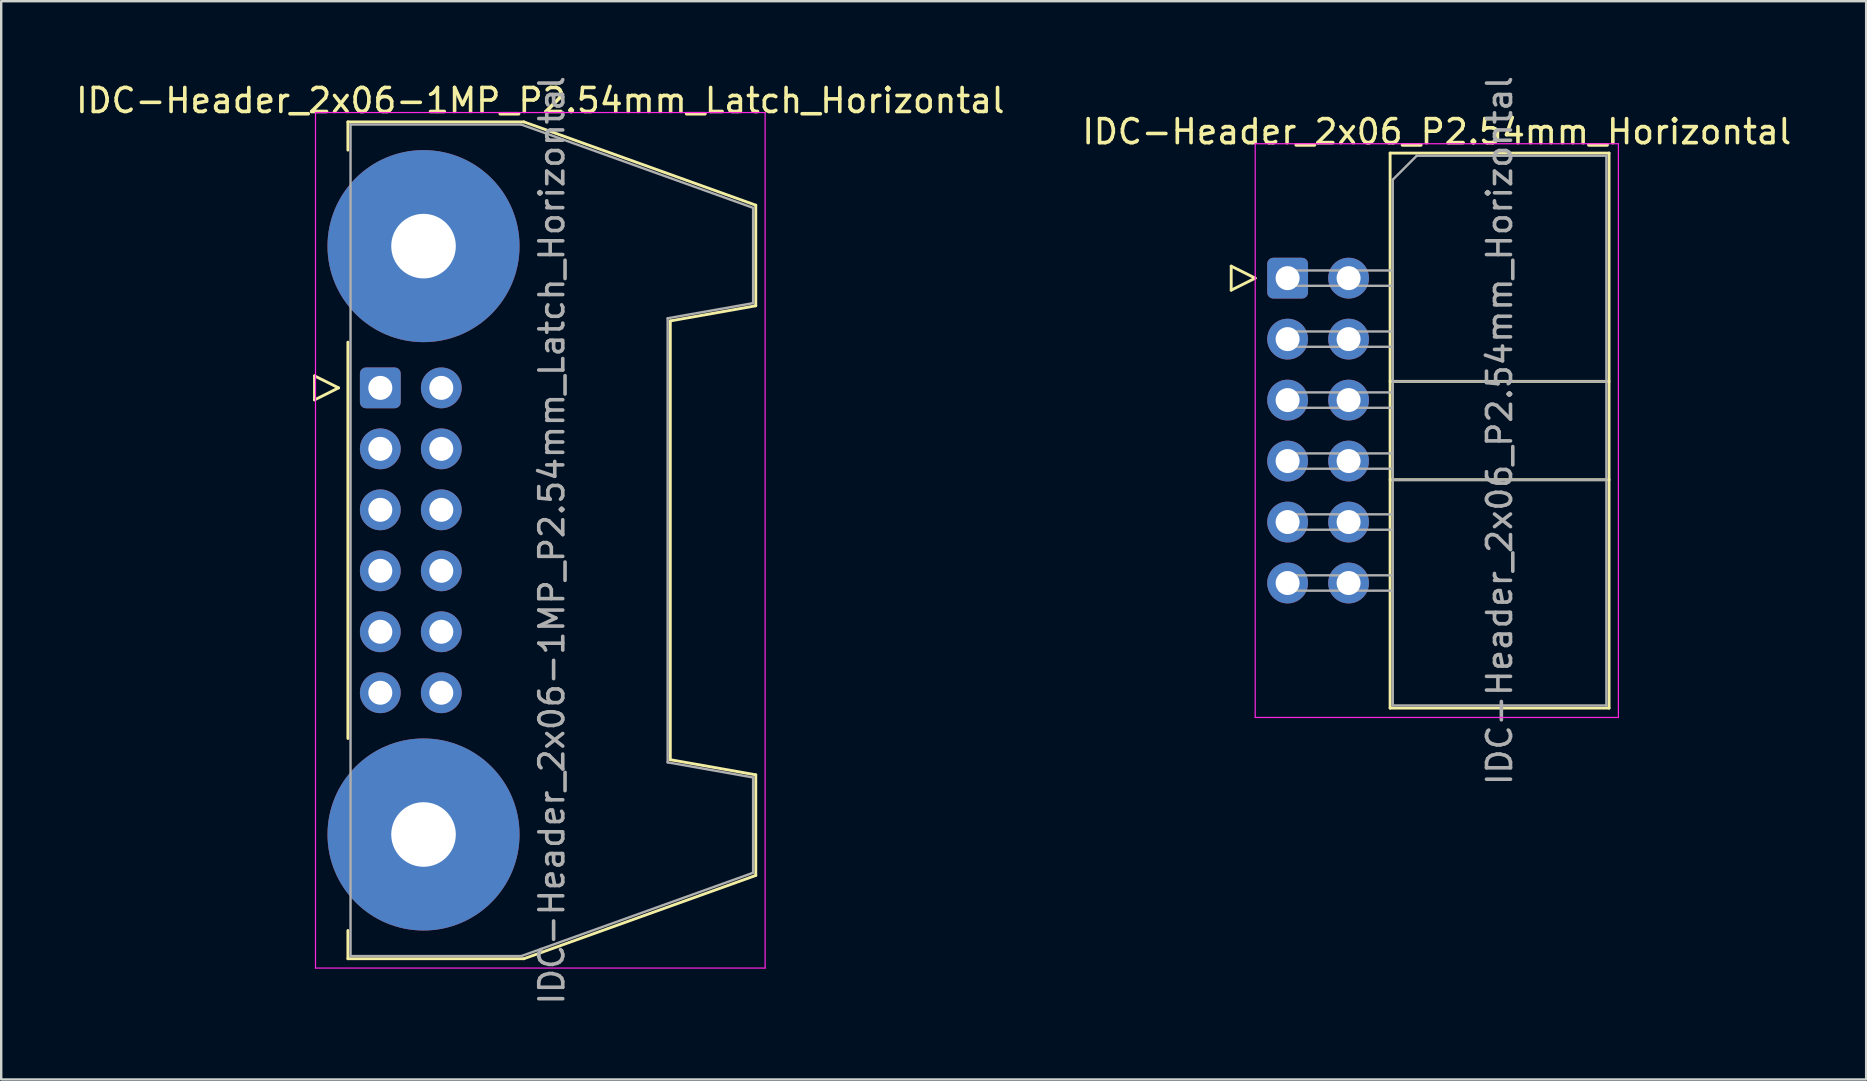
<source format=kicad_pcb>
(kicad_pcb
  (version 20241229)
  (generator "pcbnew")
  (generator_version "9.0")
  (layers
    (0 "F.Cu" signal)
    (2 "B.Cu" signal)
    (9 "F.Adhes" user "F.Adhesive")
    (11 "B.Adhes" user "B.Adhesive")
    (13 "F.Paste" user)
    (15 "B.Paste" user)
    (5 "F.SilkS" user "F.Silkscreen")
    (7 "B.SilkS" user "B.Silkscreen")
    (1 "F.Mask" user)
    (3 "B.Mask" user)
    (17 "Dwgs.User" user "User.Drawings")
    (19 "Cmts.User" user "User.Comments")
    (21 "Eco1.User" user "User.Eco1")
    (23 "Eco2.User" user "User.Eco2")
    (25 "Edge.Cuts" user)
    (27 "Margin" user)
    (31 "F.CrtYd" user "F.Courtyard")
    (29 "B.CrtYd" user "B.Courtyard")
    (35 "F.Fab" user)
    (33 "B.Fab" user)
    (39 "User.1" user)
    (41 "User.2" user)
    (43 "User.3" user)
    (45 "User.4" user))
  (footprint "IDC-Header_2x06_P2.54mm_Horizontal"
    (layer "F.Cu")
    (at 50.589 8.537)
    (property "Reference" "IDC-Header_2x06_P2.54mm_Horizontal" (at 6.215 -6.1 0) (layer "F.SilkS") (effects (font (size 1 1) (thickness 0.15))))
    (attr through_hole)
    (fp_line (start -2.35 -0.5) (end -2.35 0.5) (stroke (width 0.12) (type solid)) (layer "F.SilkS"))
    (fp_line (start -2.35 0.5) (end -1.35 0) (stroke (width 0.12) (type solid)) (layer "F.SilkS"))
    (fp_line (start -1.35 0) (end -2.35 -0.5) (stroke (width 0.12) (type solid)) (layer "F.SilkS"))
    (fp_line (start 4.27 -5.21) (end 13.39 -5.21) (stroke (width 0.12) (type solid)) (layer "F.SilkS"))
    (fp_line (start 4.27 4.3) (end 13.39 4.3) (stroke (width 0.12) (type solid)) (layer "F.SilkS"))
    (fp_line (start 4.27 8.4) (end 13.39 8.4) (stroke (width 0.12) (type solid)) (layer "F.SilkS"))
    (fp_line (start 4.27 17.91) (end 4.27 -5.21) (stroke (width 0.12) (type solid)) (layer "F.SilkS"))
    (fp_line (start 13.39 -5.21) (end 13.39 17.91) (stroke (width 0.12) (type solid)) (layer "F.SilkS"))
    (fp_line (start 13.39 17.91) (end 4.27 17.91) (stroke (width 0.12) (type solid)) (layer "F.SilkS"))
    (fp_line (start -1.35 -5.6) (end -1.35 18.3) (stroke (width 0.05) (type solid)) (layer "F.CrtYd"))
    (fp_line (start -1.35 18.3) (end 13.78 18.3) (stroke (width 0.05) (type solid)) (layer "F.CrtYd"))
    (fp_line (start 13.78 -5.6) (end -1.35 -5.6) (stroke (width 0.05) (type solid)) (layer "F.CrtYd"))
    (fp_line (start 13.78 18.3) (end 13.78 -5.6) (stroke (width 0.05) (type solid)) (layer "F.CrtYd"))
    (fp_line (start -0.32 -0.32) (end -0.32 0.32) (stroke (width 0.1) (type solid)) (layer "F.Fab"))
    (fp_line (start -0.32 0.32) (end 4.38 0.32) (stroke (width 0.1) (type solid)) (layer "F.Fab"))
    (fp_line (start -0.32 2.22) (end -0.32 2.86) (stroke (width 0.1) (type solid)) (layer "F.Fab"))
    (fp_line (start -0.32 2.86) (end 4.38 2.86) (stroke (width 0.1) (type solid)) (layer "F.Fab"))
    (fp_line (start -0.32 4.76) (end -0.32 5.4) (stroke (width 0.1) (type solid)) (layer "F.Fab"))
    (fp_line (start -0.32 5.4) (end 4.38 5.4) (stroke (width 0.1) (type solid)) (layer "F.Fab"))
    (fp_line (start -0.32 7.3) (end -0.32 7.94) (stroke (width 0.1) (type solid)) (layer "F.Fab"))
    (fp_line (start -0.32 7.94) (end 4.38 7.94) (stroke (width 0.1) (type solid)) (layer "F.Fab"))
    (fp_line (start -0.32 9.84) (end -0.32 10.48) (stroke (width 0.1) (type solid)) (layer "F.Fab"))
    (fp_line (start -0.32 10.48) (end 4.38 10.48) (stroke (width 0.1) (type solid)) (layer "F.Fab"))
    (fp_line (start -0.32 12.38) (end -0.32 13.02) (stroke (width 0.1) (type solid)) (layer "F.Fab"))
    (fp_line (start -0.32 13.02) (end 4.38 13.02) (stroke (width 0.1) (type solid)) (layer "F.Fab"))
    (fp_line (start 4.38 -4.1) (end 5.38 -5.1) (stroke (width 0.1) (type solid)) (layer "F.Fab"))
    (fp_line (start 4.38 -0.32) (end -0.32 -0.32) (stroke (width 0.1) (type solid)) (layer "F.Fab"))
    (fp_line (start 4.38 2.22) (end -0.32 2.22) (stroke (width 0.1) (type solid)) (layer "F.Fab"))
    (fp_line (start 4.38 4.3) (end 13.28 4.3) (stroke (width 0.1) (type solid)) (layer "F.Fab"))
    (fp_line (start 4.38 4.76) (end -0.32 4.76) (stroke (width 0.1) (type solid)) (layer "F.Fab"))
    (fp_line (start 4.38 7.3) (end -0.32 7.3) (stroke (width 0.1) (type solid)) (layer "F.Fab"))
    (fp_line (start 4.38 8.4) (end 13.28 8.4) (stroke (width 0.1) (type solid)) (layer "F.Fab"))
    (fp_line (start 4.38 9.84) (end -0.32 9.84) (stroke (width 0.1) (type solid)) (layer "F.Fab"))
    (fp_line (start 4.38 12.38) (end -0.32 12.38) (stroke (width 0.1) (type solid)) (layer "F.Fab"))
    (fp_line (start 4.38 17.8) (end 4.38 -4.1) (stroke (width 0.1) (type solid)) (layer "F.Fab"))
    (fp_line (start 5.38 -5.1) (end 13.28 -5.1) (stroke (width 0.1) (type solid)) (layer "F.Fab"))
    (fp_line (start 13.28 -5.1) (end 13.28 17.8) (stroke (width 0.1) (type solid)) (layer "F.Fab"))
    (fp_line (start 13.28 17.8) (end 4.38 17.8) (stroke (width 0.1) (type solid)) (layer "F.Fab"))
    (fp_text user "${REFERENCE}" (at 8.83 6.35 90) (layer "F.Fab") (effects (font (size 1 1) (thickness 0.15))))
    (pad "1" thru_hole roundrect (at 0 0) (size 1.7 1.7) (drill 1) (layers "*.Cu" "*.Mask") (roundrect_rratio 0.147))
    (pad "2" thru_hole circle (at 2.54 0) (size 1.7 1.7) (drill 1) (layers "*.Cu" "*.Mask"))
    (pad "3" thru_hole circle (at 0 2.54) (size 1.7 1.7) (drill 1) (layers "*.Cu" "*.Mask"))
    (pad "4" thru_hole circle (at 2.54 2.54) (size 1.7 1.7) (drill 1) (layers "*.Cu" "*.Mask"))
    (pad "5" thru_hole circle (at 0 5.08) (size 1.7 1.7) (drill 1) (layers "*.Cu" "*.Mask"))
    (pad "6" thru_hole circle (at 2.54 5.08) (size 1.7 1.7) (drill 1) (layers "*.Cu" "*.Mask"))
    (pad "7" thru_hole circle (at 0 7.62) (size 1.7 1.7) (drill 1) (layers "*.Cu" "*.Mask"))
    (pad "8" thru_hole circle (at 2.54 7.62) (size 1.7 1.7) (drill 1) (layers "*.Cu" "*.Mask"))
    (pad "9" thru_hole circle (at 0 10.16) (size 1.7 1.7) (drill 1) (layers "*.Cu" "*.Mask"))
    (pad "10" thru_hole circle (at 2.54 10.16) (size 1.7 1.7) (drill 1) (layers "*.Cu" "*.Mask"))
    (pad "11" thru_hole circle (at 0 12.7) (size 1.7 1.7) (drill 1) (layers "*.Cu" "*.Mask"))
    (pad "12" thru_hole circle (at 2.54 12.7) (size 1.7 1.7) (drill 1) (layers "*.Cu" "*.Mask")))
  (footprint "IDC-Header_2x06-1MP_P2.54mm_Latch_Horizontal"
    (layer "F.Cu")
    (at 12.793 13.108)
    (property "Reference" "IDC-Header_2x06-1MP_P2.54mm_Latch_Horizontal" (at 6.665 -11.97 0) (layer "F.SilkS") (effects (font (size 1 1) (thickness 0.15))))
    (attr through_hole)
    (fp_line (start -2.74 -0.5) (end -2.74 0.5) (stroke (width 0.12) (type solid)) (layer "F.SilkS"))
    (fp_line (start -2.74 0.5) (end -1.74 0) (stroke (width 0.12) (type solid)) (layer "F.SilkS"))
    (fp_line (start -1.74 0) (end -2.74 -0.5) (stroke (width 0.12) (type solid)) (layer "F.SilkS"))
    (fp_line (start -1.35 -11.08) (end -1.35 -9.905) (stroke (width 0.12) (type solid)) (layer "F.SilkS"))
    (fp_line (start -1.35 -11.08) (end 5.98 -11.08) (stroke (width 0.12) (type solid)) (layer "F.SilkS"))
    (fp_line (start -1.35 -1.905) (end -1.35 14.605) (stroke (width 0.12) (type solid)) (layer "F.SilkS"))
    (fp_line (start -1.35 22.605) (end -1.35 23.78) (stroke (width 0.12) (type solid)) (layer "F.SilkS"))
    (fp_line (start 5.98 -11.08) (end 15.64 -7.61) (stroke (width 0.12) (type solid)) (layer "F.SilkS"))
    (fp_line (start 5.98 23.78) (end -1.35 23.78) (stroke (width 0.12) (type solid)) (layer "F.SilkS"))
    (fp_line (start 12.08 -2.79) (end 12.08 15.49) (stroke (width 0.12) (type solid)) (layer "F.SilkS"))
    (fp_line (start 12.08 15.49) (end 15.64 16.12) (stroke (width 0.12) (type solid)) (layer "F.SilkS"))
    (fp_line (start 15.64 -7.61) (end 15.64 -3.42) (stroke (width 0.12) (type solid)) (layer "F.SilkS"))
    (fp_line (start 15.64 -3.42) (end 12.08 -2.79) (stroke (width 0.12) (type solid)) (layer "F.SilkS"))
    (fp_line (start 15.64 16.12) (end 15.64 20.31) (stroke (width 0.12) (type solid)) (layer "F.SilkS"))
    (fp_line (start 15.64 20.31) (end 5.98 23.78) (stroke (width 0.12) (type solid)) (layer "F.SilkS"))
    (fp_line (start -2.7 -11.47) (end -2.7 24.17) (stroke (width 0.05) (type solid)) (layer "F.CrtYd"))
    (fp_line (start -2.7 24.17) (end 16.03 24.17) (stroke (width 0.05) (type solid)) (layer "F.CrtYd"))
    (fp_line (start 16.03 -11.47) (end -2.7 -11.47) (stroke (width 0.05) (type solid)) (layer "F.CrtYd"))
    (fp_line (start 16.03 24.17) (end 16.03 -11.47) (stroke (width 0.05) (type solid)) (layer "F.CrtYd"))
    (fp_line (start -1.24 -10.97) (end 5.87 -10.97) (stroke (width 0.1) (type solid)) (layer "F.Fab"))
    (fp_line (start -1.24 23.67) (end -1.24 -10.97) (stroke (width 0.1) (type solid)) (layer "F.Fab"))
    (fp_line (start 5.87 -10.97) (end 15.53 -7.5) (stroke (width 0.1) (type solid)) (layer "F.Fab"))
    (fp_line (start 5.87 23.67) (end -1.24 23.67) (stroke (width 0.1) (type solid)) (layer "F.Fab"))
    (fp_line (start 11.97 -2.9) (end 11.97 15.6) (stroke (width 0.1) (type solid)) (layer "F.Fab"))
    (fp_line (start 11.97 15.6) (end 15.53 16.23) (stroke (width 0.1) (type solid)) (layer "F.Fab"))
    (fp_line (start 15.53 -7.5) (end 15.53 -3.53) (stroke (width 0.1) (type solid)) (layer "F.Fab"))
    (fp_line (start 15.53 -3.53) (end 11.97 -2.9) (stroke (width 0.1) (type solid)) (layer "F.Fab"))
    (fp_line (start 15.53 16.23) (end 15.53 20.2) (stroke (width 0.1) (type solid)) (layer "F.Fab"))
    (fp_line (start 15.53 20.2) (end 5.87 23.67) (stroke (width 0.1) (type solid)) (layer "F.Fab"))
    (fp_text user "${REFERENCE}" (at 7.145 6.35 90) (layer "F.Fab") (effects (font (size 1 1) (thickness 0.15))))
    (pad "1" thru_hole roundrect (at 0 0) (size 1.7 1.7) (drill 1) (layers "*.Cu" "*.Mask") (roundrect_rratio 0.147))
    (pad "2" thru_hole circle (at 2.54 0) (size 1.7 1.7) (drill 1) (layers "*.Cu" "*.Mask"))
    (pad "3" thru_hole circle (at 0 2.54) (size 1.7 1.7) (drill 1) (layers "*.Cu" "*.Mask"))
    (pad "4" thru_hole circle (at 2.54 2.54) (size 1.7 1.7) (drill 1) (layers "*.Cu" "*.Mask"))
    (pad "5" thru_hole circle (at 0 5.08) (size 1.7 1.7) (drill 1) (layers "*.Cu" "*.Mask"))
    (pad "6" thru_hole circle (at 2.54 5.08) (size 1.7 1.7) (drill 1) (layers "*.Cu" "*.Mask"))
    (pad "7" thru_hole circle (at 0 7.62) (size 1.7 1.7) (drill 1) (layers "*.Cu" "*.Mask"))
    (pad "8" thru_hole circle (at 2.54 7.62) (size 1.7 1.7) (drill 1) (layers "*.Cu" "*.Mask"))
    (pad "9" thru_hole circle (at 0 10.16) (size 1.7 1.7) (drill 1) (layers "*.Cu" "*.Mask"))
    (pad "10" thru_hole circle (at 2.54 10.16) (size 1.7 1.7) (drill 1) (layers "*.Cu" "*.Mask"))
    (pad "11" thru_hole circle (at 0 12.7) (size 1.7 1.7) (drill 1) (layers "*.Cu" "*.Mask"))
    (pad "12" thru_hole circle (at 2.54 12.7) (size 1.7 1.7) (drill 1) (layers "*.Cu" "*.Mask"))
    (pad "MP" thru_hole circle (at 1.8 -5.905) (size 8 8) (drill 2.69) (layers "*.Cu" "*.Mask"))
    (pad "MP" thru_hole circle (at 1.8 18.605) (size 8 8) (drill 2.69) (layers "*.Cu" "*.Mask")))
  (gr_rect
    (start -3 -3)
    (end 74.69 41.917)
    (stroke (width 0.1) (type default))
    (fill no)
    (layer "Edge.Cuts")))
</source>
